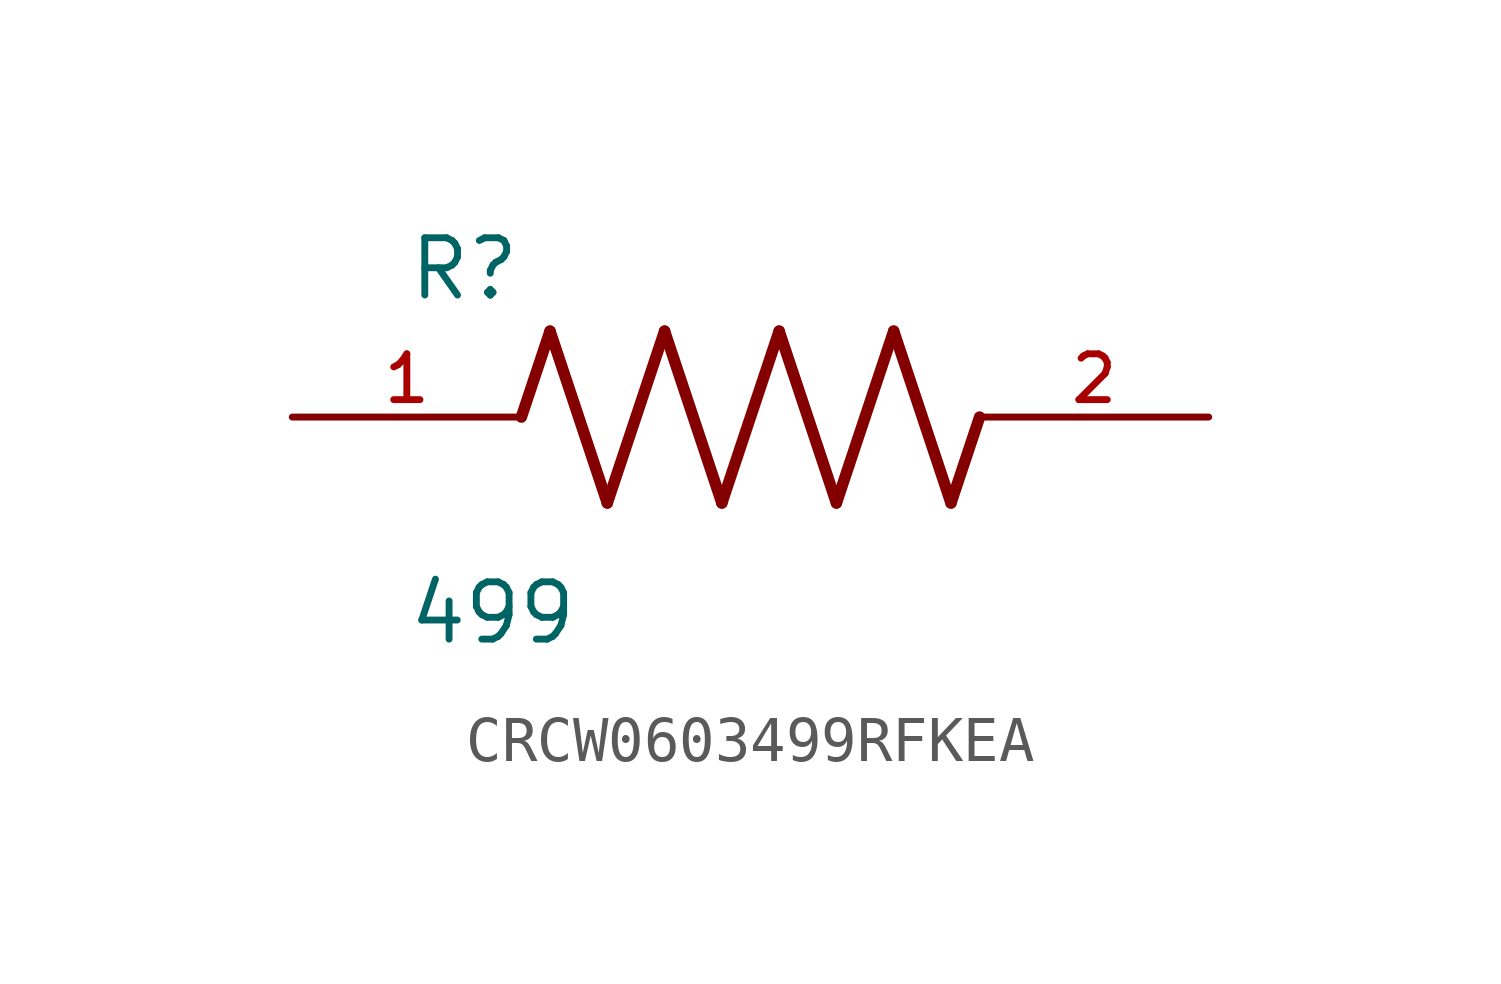
<source format=kicad_sym>
(kicad_symbol_lib
  (version 20241209)
  (generator "kicad_symbol_editor")
  (generator_version "9.0")
  (symbol "CRCW0603499RFKEA"
    (pin_names
      (offset 1.016))
    (property "Reference" "R"
      (at -7.624 2.542 0)
      (effects (font (size 1.27 1.27)) (justify left bottom)))
    (property "Value" "499"
      (at -7.63 -5.087 0)
      (effects (font (size 1.27 1.27)) (justify left bottom)))
    (symbol "CRCW0603499RFKEA_0_0"
      (polyline (pts (xy -5.08 0) (xy -4.445 1.905)) (stroke (width 0.254) (type default)) (fill (type none)))
      (polyline (pts (xy -4.445 1.905) (xy -3.175 -1.905)) (stroke (width 0.254) (type default)) (fill (type none)))
      (polyline (pts (xy -3.175 -1.905) (xy -1.905 1.905)) (stroke (width 0.254) (type default)) (fill (type none)))
      (polyline (pts (xy -1.905 1.905) (xy -0.635 -1.905)) (stroke (width 0.254) (type default)) (fill (type none)))
      (polyline (pts (xy -0.635 -1.905) (xy 0.635 1.905)) (stroke (width 0.254) (type default)) (fill (type none)))
      (polyline (pts (xy 0.635 1.905) (xy 1.905 -1.905)) (stroke (width 0.254) (type default)) (fill (type none)))
      (polyline (pts (xy 1.905 -1.905) (xy 3.175 1.905)) (stroke (width 0.254) (type default)) (fill (type none)))
      (polyline (pts (xy 3.175 1.905) (xy 4.445 -1.905)) (stroke (width 0.254) (type default)) (fill (type none)))
      (polyline (pts (xy 4.445 -1.905) (xy 5.08 0)) (stroke (width 0.254) (type default)) (fill (type none)))
      (pin passive line (at -10.16 0 0) (length 5.08) (name "~" (effects (font (size 1.016 1.016)))) (number "1" (effects (font (size 1.016 1.016)))))
      (pin passive line (at 10.16 0 180) (length 5.08) (name "~" (effects (font (size 1.016 1.016)))) (number "2" (effects (font (size 1.016 1.016))))))))
</source>
